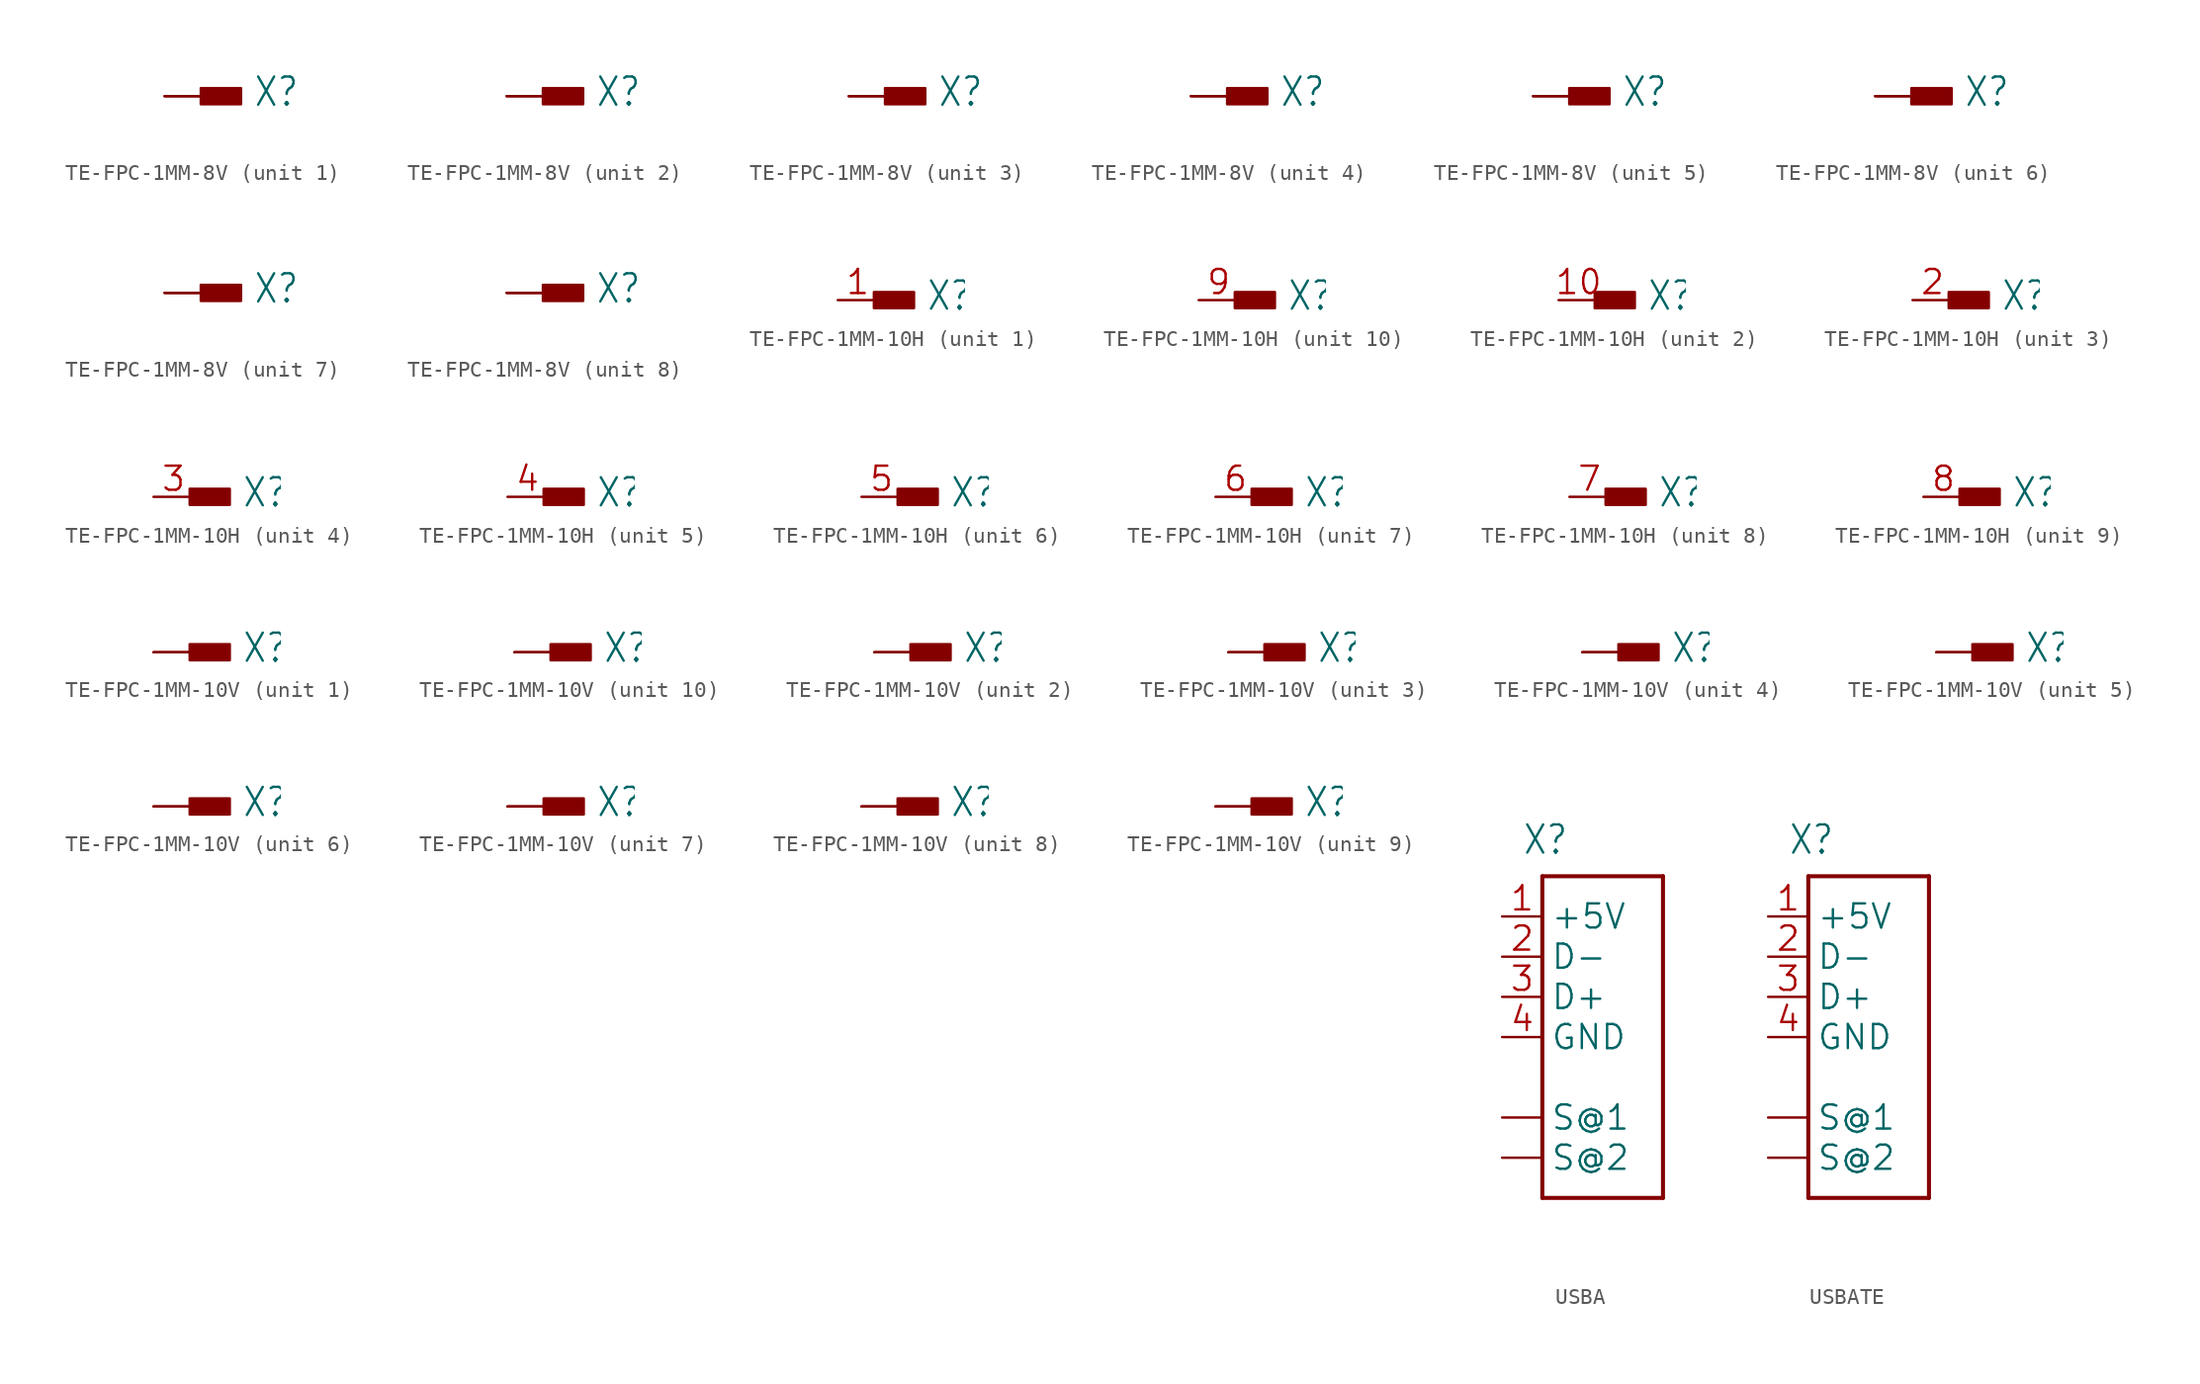
<source format=kicad_sym>
(kicad_symbol_lib
  (version 20241209)
  (generator "kicad_symbol_editor")
  (generator_version "9.0")
  (symbol "TE-FPC-1MM-8V"
    (property "Reference" "X"
      (at 5.588 -0.762 0)
      (effects (font (size 1.778 1.511)) (justify left bottom)))
    (property "Value" ""
      (at -2.54 -3.302 0)
      (effects (font (size 1.778 1.511)) (justify left bottom)))
    (property "ki_locked" ""
      (at 0 0 0)
      (effects (font (size 1.27 1.27))))
    (symbol "TE-FPC-1MM-8V_1_0"
      (rectangle (start 2.286 -0.508) (end 4.826 0.508) (stroke (width 0) (type default)) (fill (type outline)))
      (pin bidirectional line (at 0 0 0) (length 2.54) (name "-1" (effects (font (size 0 0)))) (number "A1" (effects (font (size 0 0)))))
      (pin bidirectional line (at 0 0 0) (length 2.54) (name "-1" (effects (font (size 0 0)))) (number "B1" (effects (font (size 0 0))))))
    (symbol "TE-FPC-1MM-8V_2_0"
      (rectangle (start 2.286 -0.508) (end 4.826 0.508) (stroke (width 0) (type default)) (fill (type outline)))
      (pin bidirectional line (at 0 0 0) (length 2.54) (name "-1" (effects (font (size 0 0)))) (number "A2" (effects (font (size 0 0)))))
      (pin bidirectional line (at 0 0 0) (length 2.54) (name "-1" (effects (font (size 0 0)))) (number "B2" (effects (font (size 0 0))))))
    (symbol "TE-FPC-1MM-8V_3_0"
      (rectangle (start 2.286 -0.508) (end 4.826 0.508) (stroke (width 0) (type default)) (fill (type outline)))
      (pin bidirectional line (at 0 0 0) (length 2.54) (name "-1" (effects (font (size 0 0)))) (number "A3" (effects (font (size 0 0)))))
      (pin bidirectional line (at 0 0 0) (length 2.54) (name "-1" (effects (font (size 0 0)))) (number "B3" (effects (font (size 0 0))))))
    (symbol "TE-FPC-1MM-8V_4_0"
      (rectangle (start 2.286 -0.508) (end 4.826 0.508) (stroke (width 0) (type default)) (fill (type outline)))
      (pin bidirectional line (at 0 0 0) (length 2.54) (name "-1" (effects (font (size 0 0)))) (number "A4" (effects (font (size 0 0)))))
      (pin bidirectional line (at 0 0 0) (length 2.54) (name "-1" (effects (font (size 0 0)))) (number "B4" (effects (font (size 0 0))))))
    (symbol "TE-FPC-1MM-8V_5_0"
      (rectangle (start 2.286 -0.508) (end 4.826 0.508) (stroke (width 0) (type default)) (fill (type outline)))
      (pin bidirectional line (at 0 0 0) (length 2.54) (name "-1" (effects (font (size 0 0)))) (number "A5" (effects (font (size 0 0)))))
      (pin bidirectional line (at 0 0 0) (length 2.54) (name "-1" (effects (font (size 0 0)))) (number "B5" (effects (font (size 0 0))))))
    (symbol "TE-FPC-1MM-8V_6_0"
      (rectangle (start 2.286 -0.508) (end 4.826 0.508) (stroke (width 0) (type default)) (fill (type outline)))
      (pin bidirectional line (at 0 0 0) (length 2.54) (name "-1" (effects (font (size 0 0)))) (number "A6" (effects (font (size 0 0)))))
      (pin bidirectional line (at 0 0 0) (length 2.54) (name "-1" (effects (font (size 0 0)))) (number "B6" (effects (font (size 0 0))))))
    (symbol "TE-FPC-1MM-8V_7_0"
      (rectangle (start 2.286 -0.508) (end 4.826 0.508) (stroke (width 0) (type default)) (fill (type outline)))
      (pin bidirectional line (at 0 0 0) (length 2.54) (name "-1" (effects (font (size 0 0)))) (number "A7" (effects (font (size 0 0)))))
      (pin bidirectional line (at 0 0 0) (length 2.54) (name "-1" (effects (font (size 0 0)))) (number "B7" (effects (font (size 0 0))))))
    (symbol "TE-FPC-1MM-8V_8_0"
      (rectangle (start 2.286 -0.508) (end 4.826 0.508) (stroke (width 0) (type default)) (fill (type outline)))
      (pin bidirectional line (at 0 0 0) (length 2.54) (name "-1" (effects (font (size 0 0)))) (number "A8" (effects (font (size 0 0)))))
      (pin bidirectional line (at 0 0 0) (length 2.54) (name "-1" (effects (font (size 0 0)))) (number "B8" (effects (font (size 0 0)))))))
  (symbol "TE-FPC-1MM-10H"
    (property "Reference" "X"
      (at 5.588 -0.762 0)
      (effects (font (size 1.778 1.511)) (justify left bottom)))
    (property "ki_locked" ""
      (at 0 0 0)
      (effects (font (size 1.27 1.27))))
    (symbol "TE-FPC-1MM-10H_1_0"
      (rectangle (start 2.286 -0.508) (end 4.826 0.508) (stroke (width 0) (type default)) (fill (type outline)))
      (pin bidirectional line (at 0 0 0) (length 2.54) (name "-1" (effects (font (size 0 0)))) (number "1" (effects (font (size 1.524 1.524))))))
    (symbol "TE-FPC-1MM-10H_2_0"
      (rectangle (start 2.286 -0.508) (end 4.826 0.508) (stroke (width 0) (type default)) (fill (type outline)))
      (pin bidirectional line (at 0 0 0) (length 2.54) (name "-1" (effects (font (size 0 0)))) (number "10" (effects (font (size 1.524 1.524))))))
    (symbol "TE-FPC-1MM-10H_3_0"
      (rectangle (start 2.286 -0.508) (end 4.826 0.508) (stroke (width 0) (type default)) (fill (type outline)))
      (pin bidirectional line (at 0 0 0) (length 2.54) (name "-1" (effects (font (size 0 0)))) (number "2" (effects (font (size 1.524 1.524))))))
    (symbol "TE-FPC-1MM-10H_4_0"
      (rectangle (start 2.286 -0.508) (end 4.826 0.508) (stroke (width 0) (type default)) (fill (type outline)))
      (pin bidirectional line (at 0 0 0) (length 2.54) (name "-1" (effects (font (size 0 0)))) (number "3" (effects (font (size 1.524 1.524))))))
    (symbol "TE-FPC-1MM-10H_5_0"
      (rectangle (start 2.286 -0.508) (end 4.826 0.508) (stroke (width 0) (type default)) (fill (type outline)))
      (pin bidirectional line (at 0 0 0) (length 2.54) (name "-1" (effects (font (size 0 0)))) (number "4" (effects (font (size 1.524 1.524))))))
    (symbol "TE-FPC-1MM-10H_6_0"
      (rectangle (start 2.286 -0.508) (end 4.826 0.508) (stroke (width 0) (type default)) (fill (type outline)))
      (pin bidirectional line (at 0 0 0) (length 2.54) (name "-1" (effects (font (size 0 0)))) (number "5" (effects (font (size 1.524 1.524))))))
    (symbol "TE-FPC-1MM-10H_7_0"
      (rectangle (start 2.286 -0.508) (end 4.826 0.508) (stroke (width 0) (type default)) (fill (type outline)))
      (pin bidirectional line (at 0 0 0) (length 2.54) (name "-1" (effects (font (size 0 0)))) (number "6" (effects (font (size 1.524 1.524))))))
    (symbol "TE-FPC-1MM-10H_8_0"
      (rectangle (start 2.286 -0.508) (end 4.826 0.508) (stroke (width 0) (type default)) (fill (type outline)))
      (pin bidirectional line (at 0 0 0) (length 2.54) (name "-1" (effects (font (size 0 0)))) (number "7" (effects (font (size 1.524 1.524))))))
    (symbol "TE-FPC-1MM-10H_9_0"
      (rectangle (start 2.286 -0.508) (end 4.826 0.508) (stroke (width 0) (type default)) (fill (type outline)))
      (pin bidirectional line (at 0 0 0) (length 2.54) (name "-1" (effects (font (size 0 0)))) (number "8" (effects (font (size 1.524 1.524))))))
    (symbol "TE-FPC-1MM-10H_10_0"
      (rectangle (start 2.286 -0.508) (end 4.826 0.508) (stroke (width 0) (type default)) (fill (type outline)))
      (pin bidirectional line (at 0 0 0) (length 2.54) (name "-1" (effects (font (size 0 0)))) (number "9" (effects (font (size 1.524 1.524)))))))
  (symbol "TE-FPC-1MM-10V"
    (property "Reference" "X"
      (at 5.588 -0.762 0)
      (effects (font (size 1.778 1.511)) (justify left bottom)))
    (property "ki_locked" ""
      (at 0 0 0)
      (effects (font (size 1.27 1.27))))
    (symbol "TE-FPC-1MM-10V_1_0"
      (rectangle (start 2.286 -0.508) (end 4.826 0.508) (stroke (width 0) (type default)) (fill (type outline)))
      (pin bidirectional line (at 0 0 0) (length 2.54) (name "-1" (effects (font (size 0 0)))) (number "A1" (effects (font (size 0 0)))))
      (pin bidirectional line (at 0 0 0) (length 2.54) (name "-1" (effects (font (size 0 0)))) (number "B1" (effects (font (size 0 0))))))
    (symbol "TE-FPC-1MM-10V_2_0"
      (rectangle (start 2.286 -0.508) (end 4.826 0.508) (stroke (width 0) (type default)) (fill (type outline)))
      (pin bidirectional line (at 0 0 0) (length 2.54) (name "-1" (effects (font (size 0 0)))) (number "A10" (effects (font (size 0 0)))))
      (pin bidirectional line (at 0 0 0) (length 2.54) (name "-1" (effects (font (size 0 0)))) (number "B10" (effects (font (size 0 0))))))
    (symbol "TE-FPC-1MM-10V_3_0"
      (rectangle (start 2.286 -0.508) (end 4.826 0.508) (stroke (width 0) (type default)) (fill (type outline)))
      (pin bidirectional line (at 0 0 0) (length 2.54) (name "-1" (effects (font (size 0 0)))) (number "A2" (effects (font (size 0 0)))))
      (pin bidirectional line (at 0 0 0) (length 2.54) (name "-1" (effects (font (size 0 0)))) (number "B2" (effects (font (size 0 0))))))
    (symbol "TE-FPC-1MM-10V_4_0"
      (rectangle (start 2.286 -0.508) (end 4.826 0.508) (stroke (width 0) (type default)) (fill (type outline)))
      (pin bidirectional line (at 0 0 0) (length 2.54) (name "-1" (effects (font (size 0 0)))) (number "A3" (effects (font (size 0 0)))))
      (pin bidirectional line (at 0 0 0) (length 2.54) (name "-1" (effects (font (size 0 0)))) (number "B3" (effects (font (size 0 0))))))
    (symbol "TE-FPC-1MM-10V_5_0"
      (rectangle (start 2.286 -0.508) (end 4.826 0.508) (stroke (width 0) (type default)) (fill (type outline)))
      (pin bidirectional line (at 0 0 0) (length 2.54) (name "-1" (effects (font (size 0 0)))) (number "A4" (effects (font (size 0 0)))))
      (pin bidirectional line (at 0 0 0) (length 2.54) (name "-1" (effects (font (size 0 0)))) (number "B4" (effects (font (size 0 0))))))
    (symbol "TE-FPC-1MM-10V_6_0"
      (rectangle (start 2.286 -0.508) (end 4.826 0.508) (stroke (width 0) (type default)) (fill (type outline)))
      (pin bidirectional line (at 0 0 0) (length 2.54) (name "-1" (effects (font (size 0 0)))) (number "A5" (effects (font (size 0 0)))))
      (pin bidirectional line (at 0 0 0) (length 2.54) (name "-1" (effects (font (size 0 0)))) (number "B5" (effects (font (size 0 0))))))
    (symbol "TE-FPC-1MM-10V_7_0"
      (rectangle (start 2.286 -0.508) (end 4.826 0.508) (stroke (width 0) (type default)) (fill (type outline)))
      (pin bidirectional line (at 0 0 0) (length 2.54) (name "-1" (effects (font (size 0 0)))) (number "A6" (effects (font (size 0 0)))))
      (pin bidirectional line (at 0 0 0) (length 2.54) (name "-1" (effects (font (size 0 0)))) (number "B6" (effects (font (size 0 0))))))
    (symbol "TE-FPC-1MM-10V_8_0"
      (rectangle (start 2.286 -0.508) (end 4.826 0.508) (stroke (width 0) (type default)) (fill (type outline)))
      (pin bidirectional line (at 0 0 0) (length 2.54) (name "-1" (effects (font (size 0 0)))) (number "A7" (effects (font (size 0 0)))))
      (pin bidirectional line (at 0 0 0) (length 2.54) (name "-1" (effects (font (size 0 0)))) (number "B7" (effects (font (size 0 0))))))
    (symbol "TE-FPC-1MM-10V_9_0"
      (rectangle (start 2.286 -0.508) (end 4.826 0.508) (stroke (width 0) (type default)) (fill (type outline)))
      (pin bidirectional line (at 0 0 0) (length 2.54) (name "-1" (effects (font (size 0 0)))) (number "A8" (effects (font (size 0 0)))))
      (pin bidirectional line (at 0 0 0) (length 2.54) (name "-1" (effects (font (size 0 0)))) (number "B8" (effects (font (size 0 0))))))
    (symbol "TE-FPC-1MM-10V_10_0"
      (rectangle (start 2.286 -0.508) (end 4.826 0.508) (stroke (width 0) (type default)) (fill (type outline)))
      (pin bidirectional line (at 0 0 0) (length 2.54) (name "-1" (effects (font (size 0 0)))) (number "A9" (effects (font (size 0 0)))))
      (pin bidirectional line (at 0 0 0) (length 2.54) (name "-1" (effects (font (size 0 0)))) (number "B9" (effects (font (size 0 0)))))))
  (symbol "USBA"
    (property "Reference" "X"
      (at -3.81 8.89 0)
      (effects (font (size 1.778 1.511)) (justify left bottom)))
    (property "Value" ""
      (at -3.81 -15.24 0)
      (effects (font (size 1.778 1.511)) (justify left bottom)))
    (property "ki_locked" ""
      (at 0 0 0)
      (effects (font (size 1.27 1.27))))
    (symbol "USBA_1_0"
      (polyline (pts (xy -2.54 7.62) (xy -2.54 -12.7)) (stroke (width 0.254) (type solid)) (fill (type none)))
      (polyline (pts (xy -2.54 -12.7) (xy 5.08 -12.7)) (stroke (width 0.254) (type solid)) (fill (type none)))
      (polyline (pts (xy 5.08 7.62) (xy -2.54 7.62)) (stroke (width 0.254) (type solid)) (fill (type none)))
      (polyline (pts (xy 5.08 -12.7) (xy 5.08 7.62)) (stroke (width 0.254) (type solid)) (fill (type none)))
      (pin passive line (at -5.08 5.08 0) (length 2.54) (name "+5V" (effects (font (size 1.524 1.524)))) (number "1" (effects (font (size 1.524 1.524)))))
      (pin passive line (at -5.08 2.54 0) (length 2.54) (name "D-" (effects (font (size 1.524 1.524)))) (number "2" (effects (font (size 1.524 1.524)))))
      (pin passive line (at -5.08 0 0) (length 2.54) (name "D+" (effects (font (size 1.524 1.524)))) (number "3" (effects (font (size 1.524 1.524)))))
      (pin passive line (at -5.08 -2.54 0) (length 2.54) (name "GND" (effects (font (size 1.524 1.524)))) (number "4" (effects (font (size 1.524 1.524)))))
      (pin passive line (at -5.08 -7.62 0) (length 2.54) (name "S@1" (effects (font (size 1.524 1.524)))) (number "SHIELD@1" (effects (font (size 0 0)))))
      (pin passive line (at -5.08 -10.16 0) (length 2.54) (name "S@2" (effects (font (size 1.524 1.524)))) (number "SHIELD@2" (effects (font (size 0 0)))))))
  (symbol "USBATE"
    (property "Reference" "X"
      (at -3.81 8.89 0)
      (effects (font (size 1.778 1.511)) (justify left bottom)))
    (property "Value" ""
      (at -3.81 -15.24 0)
      (effects (font (size 1.778 1.511)) (justify left bottom)))
    (property "ki_locked" ""
      (at 0 0 0)
      (effects (font (size 1.27 1.27))))
    (symbol "USBATE_1_0"
      (polyline (pts (xy -2.54 7.62) (xy -2.54 -12.7)) (stroke (width 0.254) (type solid)) (fill (type none)))
      (polyline (pts (xy -2.54 -12.7) (xy 5.08 -12.7)) (stroke (width 0.254) (type solid)) (fill (type none)))
      (polyline (pts (xy 5.08 7.62) (xy -2.54 7.62)) (stroke (width 0.254) (type solid)) (fill (type none)))
      (polyline (pts (xy 5.08 -12.7) (xy 5.08 7.62)) (stroke (width 0.254) (type solid)) (fill (type none)))
      (pin passive line (at -5.08 5.08 0) (length 2.54) (name "+5V" (effects (font (size 1.524 1.524)))) (number "1" (effects (font (size 1.524 1.524)))))
      (pin passive line (at -5.08 2.54 0) (length 2.54) (name "D-" (effects (font (size 1.524 1.524)))) (number "2" (effects (font (size 1.524 1.524)))))
      (pin passive line (at -5.08 0 0) (length 2.54) (name "D+" (effects (font (size 1.524 1.524)))) (number "3" (effects (font (size 1.524 1.524)))))
      (pin passive line (at -5.08 -2.54 0) (length 2.54) (name "GND" (effects (font (size 1.524 1.524)))) (number "4" (effects (font (size 1.524 1.524)))))
      (pin passive line (at -5.08 -7.62 0) (length 2.54) (name "S@1" (effects (font (size 1.524 1.524)))) (number "MNT1" (effects (font (size 0 0)))))
      (pin passive line (at -5.08 -10.16 0) (length 2.54) (name "S@2" (effects (font (size 1.524 1.524)))) (number "MNT2" (effects (font (size 0 0))))))))
</source>
